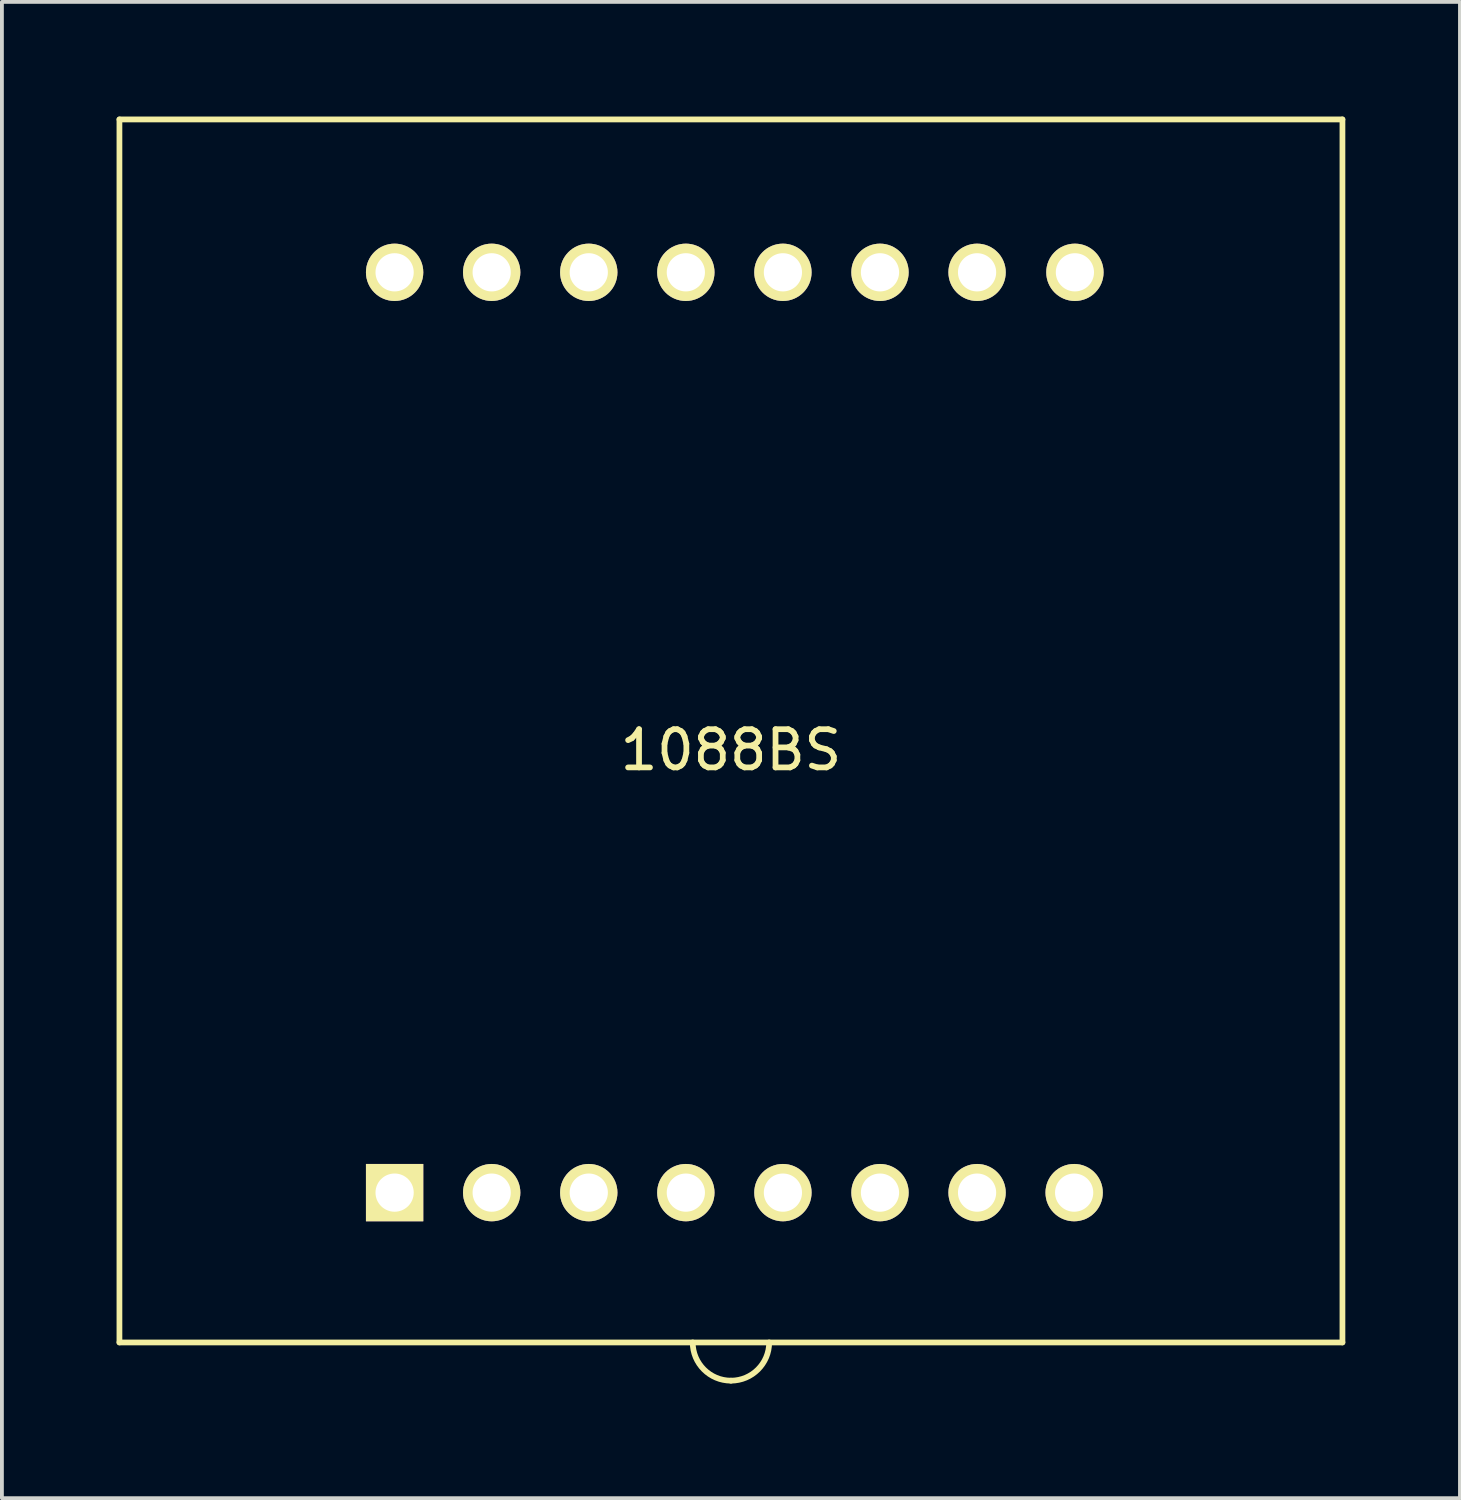
<source format=kicad_pcb>
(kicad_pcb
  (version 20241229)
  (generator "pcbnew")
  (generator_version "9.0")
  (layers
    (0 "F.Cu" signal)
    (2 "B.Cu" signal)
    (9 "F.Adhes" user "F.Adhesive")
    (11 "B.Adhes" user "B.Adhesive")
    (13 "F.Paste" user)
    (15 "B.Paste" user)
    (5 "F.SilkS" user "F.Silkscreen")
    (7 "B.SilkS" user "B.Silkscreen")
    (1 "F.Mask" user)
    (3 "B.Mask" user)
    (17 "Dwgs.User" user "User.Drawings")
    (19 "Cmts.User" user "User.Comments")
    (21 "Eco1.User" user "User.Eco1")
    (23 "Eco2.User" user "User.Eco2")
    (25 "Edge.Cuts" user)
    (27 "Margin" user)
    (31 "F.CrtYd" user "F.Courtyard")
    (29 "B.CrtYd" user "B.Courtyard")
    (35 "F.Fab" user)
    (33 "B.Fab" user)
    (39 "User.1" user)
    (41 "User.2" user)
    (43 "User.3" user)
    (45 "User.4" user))
  (footprint "1088BS"
    (layer "F.Cu")
    (at 16.075 16.075)
    (property "Reference" "1088BS" (at 0 0.5 0) (layer "F.SilkS") (effects (font (size 1 1) (thickness 0.15))))
    (attr through_hole)
    (fp_line (start -16 -16) (end 16 -16) (stroke (width 0.15) (type solid)) (layer "F.SilkS"))
    (fp_line (start -16 16) (end -16 -16) (stroke (width 0.15) (type solid)) (layer "F.SilkS"))
    (fp_line (start 16 -16) (end 16 16) (stroke (width 0.15) (type solid)) (layer "F.SilkS"))
    (fp_line (start 16 16) (end -16 16) (stroke (width 0.15) (type solid)) (layer "F.SilkS"))
    (fp_arc (start 0 17) (mid -0.707107 16.707107) (end -1 16) (stroke (width 0.15) (type solid)) (layer "F.SilkS"))
    (fp_arc (start 1 16) (mid 0.707107 16.707107) (end 0 17) (stroke (width 0.15) (type solid)) (layer "F.SilkS"))
    (pad "1" thru_hole rect (at -8.8 12.08) (size 1.5 1.5) (drill 1) (layers "*.Cu" "*.Mask" "F.SilkS"))
    (pad "2" thru_hole circle (at -6.26 12.08) (size 1.5 1.5) (drill 1) (layers "*.Cu" "*.Mask" "F.SilkS"))
    (pad "3" thru_hole circle (at -3.72 12.08) (size 1.5 1.5) (drill 1) (layers "*.Cu" "*.Mask" "F.SilkS"))
    (pad "4" thru_hole circle (at -1.18 12.08) (size 1.5 1.5) (drill 1) (layers "*.Cu" "*.Mask" "F.SilkS"))
    (pad "5" thru_hole circle (at 1.36 12.08) (size 1.5 1.5) (drill 1) (layers "*.Cu" "*.Mask" "F.SilkS"))
    (pad "6" thru_hole circle (at 3.9 12.08) (size 1.5 1.5) (drill 1) (layers "*.Cu" "*.Mask" "F.SilkS"))
    (pad "7" thru_hole circle (at 6.44 12.08) (size 1.5 1.5) (drill 1) (layers "*.Cu" "*.Mask" "F.SilkS"))
    (pad "8" thru_hole circle (at 8.98 12.08) (size 1.5 1.5) (drill 1) (layers "*.Cu" "*.Mask" "F.SilkS"))
    (pad "9" thru_hole circle (at 9 -12) (size 1.5 1.5) (drill 1) (layers "*.Cu" "*.Mask" "F.SilkS"))
    (pad "10" thru_hole circle (at 6.44 -12) (size 1.5 1.5) (drill 1) (layers "*.Cu" "*.Mask" "F.SilkS"))
    (pad "11" thru_hole circle (at 3.9 -12) (size 1.5 1.5) (drill 1) (layers "*.Cu" "*.Mask" "F.SilkS"))
    (pad "12" thru_hole circle (at 1.36 -12) (size 1.5 1.5) (drill 1) (layers "*.Cu" "*.Mask" "F.SilkS"))
    (pad "13" thru_hole circle (at -1.18 -12) (size 1.5 1.5) (drill 1) (layers "*.Cu" "*.Mask" "F.SilkS"))
    (pad "14" thru_hole circle (at -3.72 -12) (size 1.5 1.5) (drill 1) (layers "*.Cu" "*.Mask" "F.SilkS"))
    (pad "15" thru_hole circle (at -6.26 -12) (size 1.5 1.5) (drill 1) (layers "*.Cu" "*.Mask" "F.SilkS"))
    (pad "16" thru_hole circle (at -8.8 -12) (size 1.5 1.5) (drill 1) (layers "*.Cu" "*.Mask" "F.SilkS")))
  (gr_rect
    (start -3 -3)
    (end 35.15 36.15)
    (stroke (width 0.1) (type default))
    (fill no)
    (layer "Edge.Cuts")))
</source>
